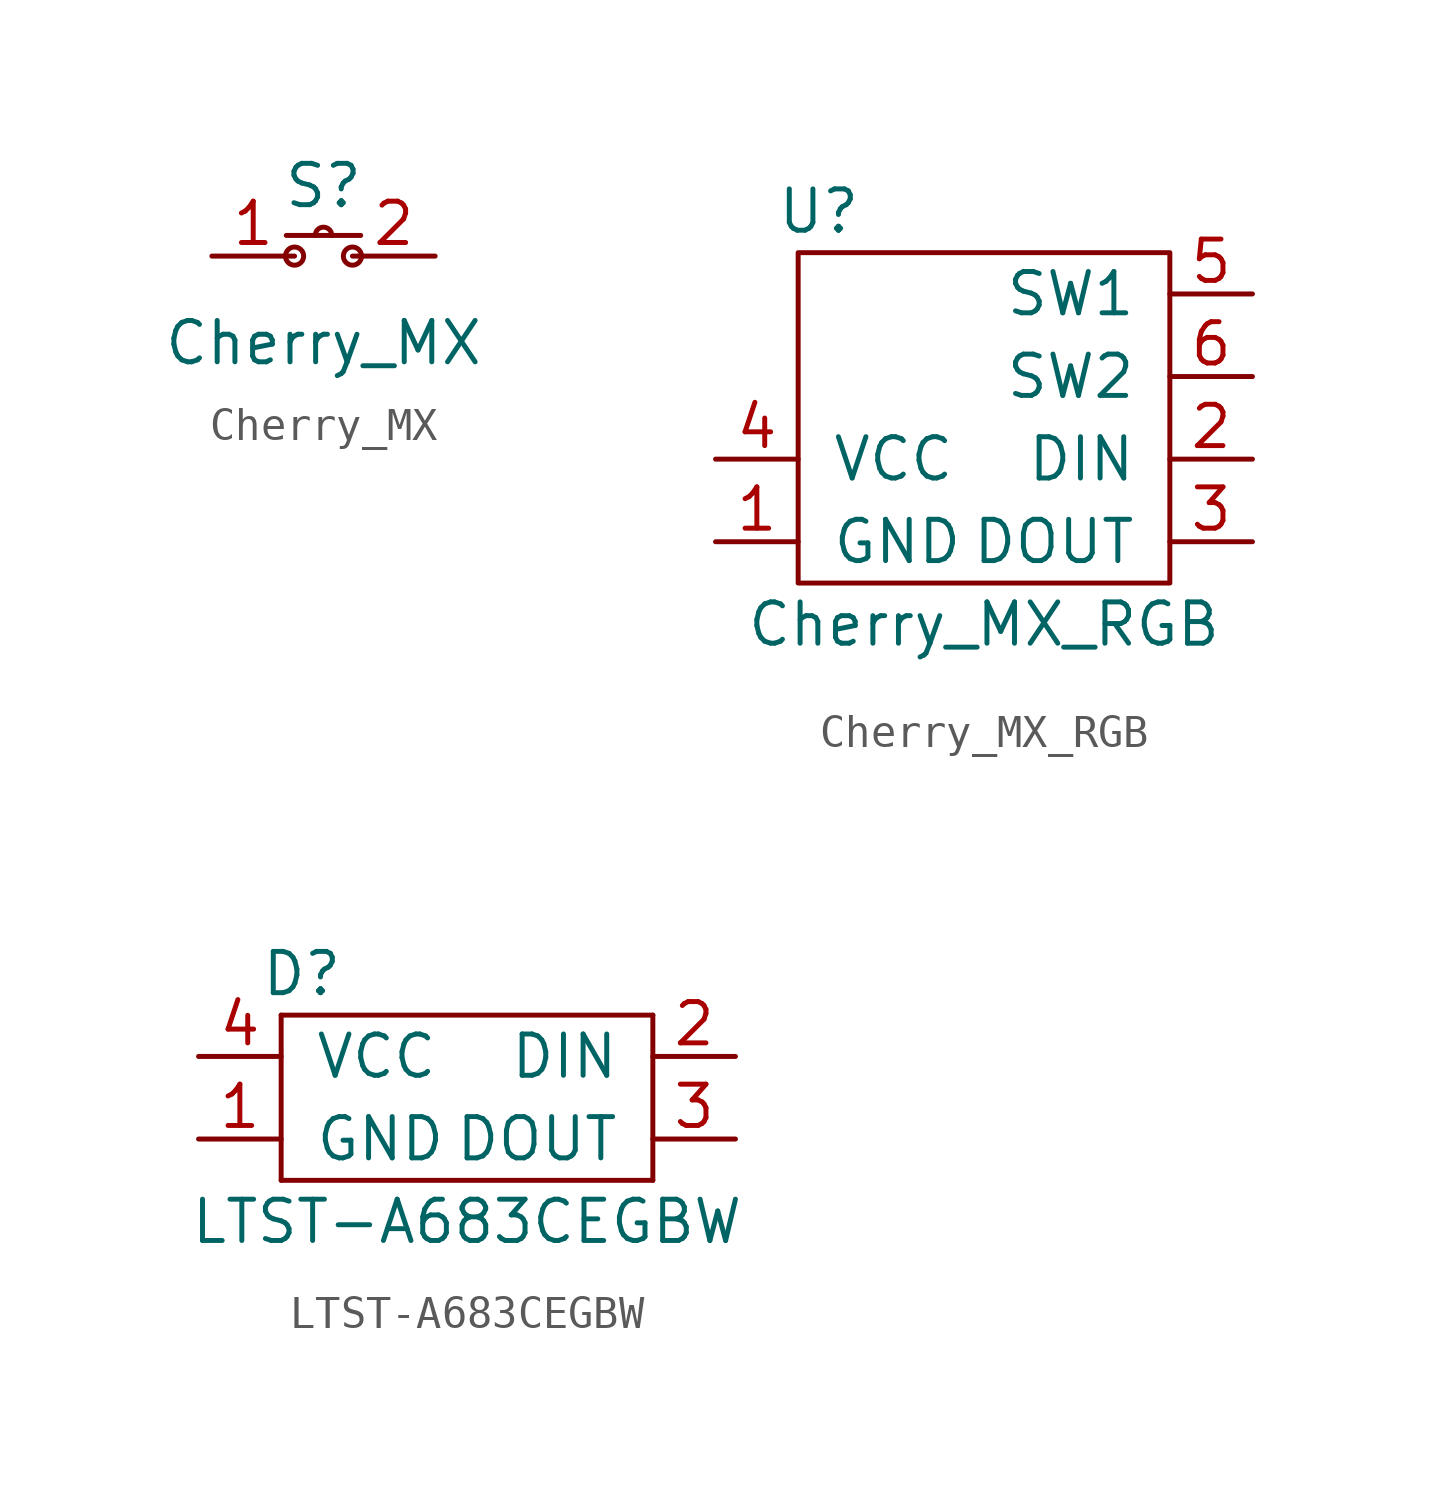
<source format=kicad_sym>
(kicad_symbol_lib
  (version 20220914)
  (generator kicad_symbol_editor)
  (symbol "Cherry_MX"
    (pin_names
      (offset 0))
    (property "Reference" "S"
      (at 0 1.524 0)
      (effects (font (size 1.27 1.27))))
    (property "Value" "Cherry_MX"
      (at 0 -3.302 0)
      (effects (font (size 1.27 1.27))))
    (symbol "Cherry_MX_0_1"
      (rectangle (start -1.143 0) (end 1.143 0) (stroke (width 0) (type solid)) (fill (type none)))
      (circle (center -0.889 -0.635) (radius 0.279) (stroke (width 0) (type solid)) (fill (type none)))
      (arc (start 0.254 0) (mid 0 0.2529) (end -0.254 0) (stroke (width 0) (type solid)) (fill (type none)))
      (circle (center 0.889 -0.635) (radius 0.279) (stroke (width 0) (type solid)) (fill (type none))))
    (symbol "Cherry_MX_1_1"
      (pin input line (at -3.429 -0.635 0) (length 2.54) (name "~" (effects (font (size 1.27 1.27)))) (number "1" (effects (font (size 1.27 1.27)))))
      (pin input line (at 3.429 -0.635 180) (length 2.54) (name "~" (effects (font (size 1.27 1.27)))) (number "2" (effects (font (size 1.27 1.27)))))))
  (symbol "Cherry_MX_RGB"
    (pin_names
      (offset 1.016))
    (property "Reference" "U"
      (at -5.08 8.89 0)
      (effects (font (size 1.27 1.27))))
    (property "Value" "Cherry_MX_RGB"
      (at 0 -3.81 0)
      (effects (font (size 1.27 1.27))))
    (symbol "Cherry_MX_RGB_0_1"
      (rectangle (start 5.715 -2.54) (end -5.715 7.62) (stroke (width 0) (type solid)) (fill (type none))))
    (symbol "Cherry_MX_RGB_1_1"
      (pin input line (at -8.255 -1.27 0) (length 2.54) (name "GND" (effects (font (size 1.27 1.27)))) (number "1" (effects (font (size 1.27 1.27)))))
      (pin input line (at 8.255 1.27 180) (length 2.54) (name "DIN" (effects (font (size 1.27 1.27)))) (number "2" (effects (font (size 1.27 1.27)))))
      (pin input line (at 8.255 -1.27 180) (length 2.54) (name "DOUT" (effects (font (size 1.27 1.27)))) (number "3" (effects (font (size 1.27 1.27)))))
      (pin input line (at -8.255 1.27 0) (length 2.54) (name "VCC" (effects (font (size 1.27 1.27)))) (number "4" (effects (font (size 1.27 1.27)))))
      (pin input line (at 8.255 6.35 180) (length 2.54) (name "SW1" (effects (font (size 1.27 1.27)))) (number "5" (effects (font (size 1.27 1.27)))))
      (pin input line (at 8.255 3.81 180) (length 2.54) (name "SW2" (effects (font (size 1.27 1.27)))) (number "6" (effects (font (size 1.27 1.27)))))))
  (symbol "LTST-A683CEGBW"
    (pin_names
      (offset 1.016))
    (property "Reference" "D"
      (at -5.08 3.81 0)
      (effects (font (size 1.27 1.27))))
    (property "Value" "LTST-A683CEGBW"
      (at 0 -3.81 0)
      (effects (font (size 1.27 1.27))))
    (symbol "LTST-A683CEGBW_0_0"
      (rectangle (start -5.715 -2.54) (end 5.715 -2.54) (stroke (width 0) (type solid)) (fill (type none)))
      (rectangle (start -5.715 2.54) (end -5.715 -2.54) (stroke (width 0) (type solid)) (fill (type none)))
      (rectangle (start -5.715 2.54) (end 5.715 2.54) (stroke (width 0) (type solid)) (fill (type none)))
      (rectangle (start 5.715 2.54) (end 5.715 -2.54) (stroke (width 0) (type solid)) (fill (type none))))
    (symbol "LTST-A683CEGBW_1_1"
      (pin input line (at -8.255 -1.27 0) (length 2.54) (name "GND" (effects (font (size 1.27 1.27)))) (number "1" (effects (font (size 1.27 1.27)))))
      (pin input line (at 8.255 1.27 180) (length 2.54) (name "DIN" (effects (font (size 1.27 1.27)))) (number "2" (effects (font (size 1.27 1.27)))))
      (pin input line (at 8.255 -1.27 180) (length 2.54) (name "DOUT" (effects (font (size 1.27 1.27)))) (number "3" (effects (font (size 1.27 1.27)))))
      (pin input line (at -8.255 1.27 0) (length 2.54) (name "VCC" (effects (font (size 1.27 1.27)))) (number "4" (effects (font (size 1.27 1.27))))))))
</source>
